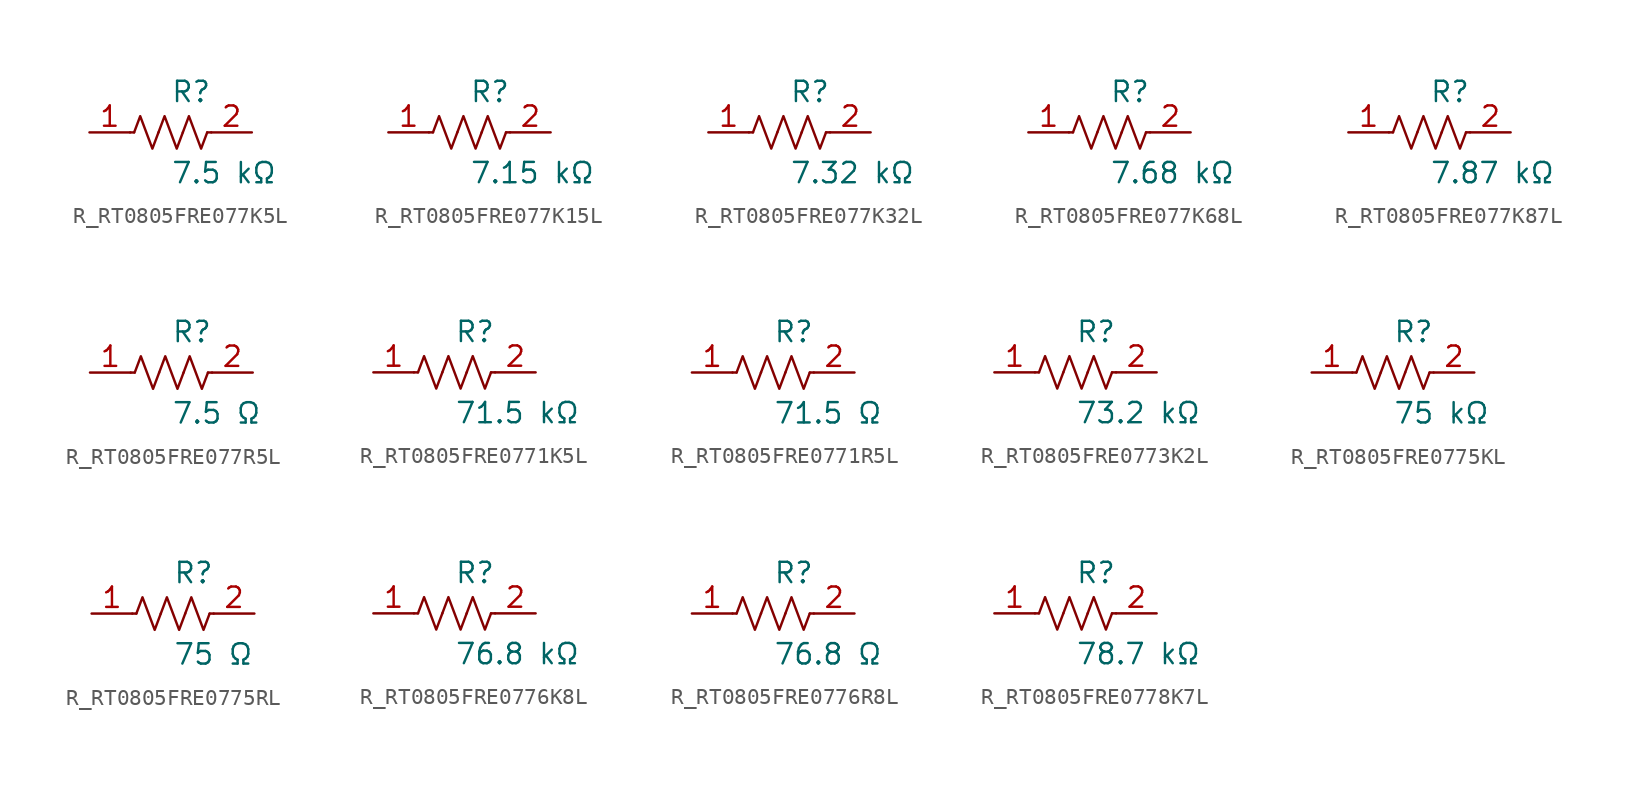
<source format=kicad_sym>
(kicad_symbol_lib
  (version 20231120)
  (generator kicad_symbol_editor)
  (generator_version 8.0)
  (symbol "R_RT0805FRE077K5L"
    (pin_names
      (offset 0.254))
    (property "Reference" "R"
      (at 0 2.54 0)
      (effects (font (size 1.27 1.27)) (justify left)))
    (property "Value" "7.5 kΩ"
      (at 0 -2.54 0)
      (effects (font (size 1.27 1.27)) (justify left)))
    (symbol "R_RT0805FRE077K5L_0_1"
      (polyline (pts (xy 2.286 0) (xy 2.54 0)) (stroke (width 0) (type default)) (fill (type none)))
      (polyline (pts (xy -2.286 0) (xy -2.54 0)) (stroke (width 0) (type default)) (fill (type none)))
      (polyline (pts (xy 0.762 0) (xy 1.143 1.016) (xy 1.524 0) (xy 1.905 -1.016) (xy 2.286 0)) (stroke (width 0) (type default)) (fill (type none)))
      (polyline (pts (xy -0.762 0) (xy -0.381 1.016) (xy 0 0) (xy 0.381 -1.016) (xy 0.762 0)) (stroke (width 0) (type default)) (fill (type none)))
      (polyline (pts (xy -2.286 0) (xy -1.905 1.016) (xy -1.524 0) (xy -1.143 -1.016) (xy -0.762 0)) (stroke (width 0) (type default)) (fill (type none))))
    (pin passive line
      (at -5.08 0 0)
      (length 2.54)
      (name "" (effects (font (size 1.27 1.27))))
      (number "1" (effects (font (size 1.27 1.27)))))
    (pin passive line
      (at 5.08 0 180)
      (length 2.54)
      (name "" (effects (font (size 1.27 1.27))))
      (number "2" (effects (font (size 1.27 1.27))))))
  (symbol "R_RT0805FRE077K15L"
    (pin_names
      (offset 0.254))
    (property "Reference" "R"
      (at 0 2.54 0)
      (effects (font (size 1.27 1.27)) (justify left)))
    (property "Value" "7.15 kΩ"
      (at 0 -2.54 0)
      (effects (font (size 1.27 1.27)) (justify left)))
    (symbol "R_RT0805FRE077K15L_0_1"
      (polyline (pts (xy 2.286 0) (xy 2.54 0)) (stroke (width 0) (type default)) (fill (type none)))
      (polyline (pts (xy -2.286 0) (xy -2.54 0)) (stroke (width 0) (type default)) (fill (type none)))
      (polyline (pts (xy 0.762 0) (xy 1.143 1.016) (xy 1.524 0) (xy 1.905 -1.016) (xy 2.286 0)) (stroke (width 0) (type default)) (fill (type none)))
      (polyline (pts (xy -0.762 0) (xy -0.381 1.016) (xy 0 0) (xy 0.381 -1.016) (xy 0.762 0)) (stroke (width 0) (type default)) (fill (type none)))
      (polyline (pts (xy -2.286 0) (xy -1.905 1.016) (xy -1.524 0) (xy -1.143 -1.016) (xy -0.762 0)) (stroke (width 0) (type default)) (fill (type none))))
    (pin passive line
      (at -5.08 0 0)
      (length 2.54)
      (name "" (effects (font (size 1.27 1.27))))
      (number "1" (effects (font (size 1.27 1.27)))))
    (pin passive line
      (at 5.08 0 180)
      (length 2.54)
      (name "" (effects (font (size 1.27 1.27))))
      (number "2" (effects (font (size 1.27 1.27))))))
  (symbol "R_RT0805FRE077K32L"
    (pin_names
      (offset 0.254))
    (property "Reference" "R"
      (at 0 2.54 0)
      (effects (font (size 1.27 1.27)) (justify left)))
    (property "Value" "7.32 kΩ"
      (at 0 -2.54 0)
      (effects (font (size 1.27 1.27)) (justify left)))
    (symbol "R_RT0805FRE077K32L_0_1"
      (polyline (pts (xy 2.286 0) (xy 2.54 0)) (stroke (width 0) (type default)) (fill (type none)))
      (polyline (pts (xy -2.286 0) (xy -2.54 0)) (stroke (width 0) (type default)) (fill (type none)))
      (polyline (pts (xy 0.762 0) (xy 1.143 1.016) (xy 1.524 0) (xy 1.905 -1.016) (xy 2.286 0)) (stroke (width 0) (type default)) (fill (type none)))
      (polyline (pts (xy -0.762 0) (xy -0.381 1.016) (xy 0 0) (xy 0.381 -1.016) (xy 0.762 0)) (stroke (width 0) (type default)) (fill (type none)))
      (polyline (pts (xy -2.286 0) (xy -1.905 1.016) (xy -1.524 0) (xy -1.143 -1.016) (xy -0.762 0)) (stroke (width 0) (type default)) (fill (type none))))
    (pin passive line
      (at -5.08 0 0)
      (length 2.54)
      (name "" (effects (font (size 1.27 1.27))))
      (number "1" (effects (font (size 1.27 1.27)))))
    (pin passive line
      (at 5.08 0 180)
      (length 2.54)
      (name "" (effects (font (size 1.27 1.27))))
      (number "2" (effects (font (size 1.27 1.27))))))
  (symbol "R_RT0805FRE077K68L"
    (pin_names
      (offset 0.254))
    (property "Reference" "R"
      (at 0 2.54 0)
      (effects (font (size 1.27 1.27)) (justify left)))
    (property "Value" "7.68 kΩ"
      (at 0 -2.54 0)
      (effects (font (size 1.27 1.27)) (justify left)))
    (symbol "R_RT0805FRE077K68L_0_1"
      (polyline (pts (xy 2.286 0) (xy 2.54 0)) (stroke (width 0) (type default)) (fill (type none)))
      (polyline (pts (xy -2.286 0) (xy -2.54 0)) (stroke (width 0) (type default)) (fill (type none)))
      (polyline (pts (xy 0.762 0) (xy 1.143 1.016) (xy 1.524 0) (xy 1.905 -1.016) (xy 2.286 0)) (stroke (width 0) (type default)) (fill (type none)))
      (polyline (pts (xy -0.762 0) (xy -0.381 1.016) (xy 0 0) (xy 0.381 -1.016) (xy 0.762 0)) (stroke (width 0) (type default)) (fill (type none)))
      (polyline (pts (xy -2.286 0) (xy -1.905 1.016) (xy -1.524 0) (xy -1.143 -1.016) (xy -0.762 0)) (stroke (width 0) (type default)) (fill (type none))))
    (pin passive line
      (at -5.08 0 0)
      (length 2.54)
      (name "" (effects (font (size 1.27 1.27))))
      (number "1" (effects (font (size 1.27 1.27)))))
    (pin passive line
      (at 5.08 0 180)
      (length 2.54)
      (name "" (effects (font (size 1.27 1.27))))
      (number "2" (effects (font (size 1.27 1.27))))))
  (symbol "R_RT0805FRE077K87L"
    (pin_names
      (offset 0.254))
    (property "Reference" "R"
      (at 0 2.54 0)
      (effects (font (size 1.27 1.27)) (justify left)))
    (property "Value" "7.87 kΩ"
      (at 0 -2.54 0)
      (effects (font (size 1.27 1.27)) (justify left)))
    (symbol "R_RT0805FRE077K87L_0_1"
      (polyline (pts (xy 2.286 0) (xy 2.54 0)) (stroke (width 0) (type default)) (fill (type none)))
      (polyline (pts (xy -2.286 0) (xy -2.54 0)) (stroke (width 0) (type default)) (fill (type none)))
      (polyline (pts (xy 0.762 0) (xy 1.143 1.016) (xy 1.524 0) (xy 1.905 -1.016) (xy 2.286 0)) (stroke (width 0) (type default)) (fill (type none)))
      (polyline (pts (xy -0.762 0) (xy -0.381 1.016) (xy 0 0) (xy 0.381 -1.016) (xy 0.762 0)) (stroke (width 0) (type default)) (fill (type none)))
      (polyline (pts (xy -2.286 0) (xy -1.905 1.016) (xy -1.524 0) (xy -1.143 -1.016) (xy -0.762 0)) (stroke (width 0) (type default)) (fill (type none))))
    (pin passive line
      (at -5.08 0 0)
      (length 2.54)
      (name "" (effects (font (size 1.27 1.27))))
      (number "1" (effects (font (size 1.27 1.27)))))
    (pin passive line
      (at 5.08 0 180)
      (length 2.54)
      (name "" (effects (font (size 1.27 1.27))))
      (number "2" (effects (font (size 1.27 1.27))))))
  (symbol "R_RT0805FRE077R5L"
    (pin_names
      (offset 0.254))
    (property "Reference" "R"
      (at 0 2.54 0)
      (effects (font (size 1.27 1.27)) (justify left)))
    (property "Value" "7.5 Ω"
      (at 0 -2.54 0)
      (effects (font (size 1.27 1.27)) (justify left)))
    (symbol "R_RT0805FRE077R5L_0_1"
      (polyline (pts (xy 2.286 0) (xy 2.54 0)) (stroke (width 0) (type default)) (fill (type none)))
      (polyline (pts (xy -2.286 0) (xy -2.54 0)) (stroke (width 0) (type default)) (fill (type none)))
      (polyline (pts (xy 0.762 0) (xy 1.143 1.016) (xy 1.524 0) (xy 1.905 -1.016) (xy 2.286 0)) (stroke (width 0) (type default)) (fill (type none)))
      (polyline (pts (xy -0.762 0) (xy -0.381 1.016) (xy 0 0) (xy 0.381 -1.016) (xy 0.762 0)) (stroke (width 0) (type default)) (fill (type none)))
      (polyline (pts (xy -2.286 0) (xy -1.905 1.016) (xy -1.524 0) (xy -1.143 -1.016) (xy -0.762 0)) (stroke (width 0) (type default)) (fill (type none))))
    (pin passive line
      (at -5.08 0 0)
      (length 2.54)
      (name "" (effects (font (size 1.27 1.27))))
      (number "1" (effects (font (size 1.27 1.27)))))
    (pin passive line
      (at 5.08 0 180)
      (length 2.54)
      (name "" (effects (font (size 1.27 1.27))))
      (number "2" (effects (font (size 1.27 1.27))))))
  (symbol "R_RT0805FRE0771K5L"
    (pin_names
      (offset 0.254))
    (property "Reference" "R"
      (at 0 2.54 0)
      (effects (font (size 1.27 1.27)) (justify left)))
    (property "Value" "71.5 kΩ"
      (at 0 -2.54 0)
      (effects (font (size 1.27 1.27)) (justify left)))
    (symbol "R_RT0805FRE0771K5L_0_1"
      (polyline (pts (xy 2.286 0) (xy 2.54 0)) (stroke (width 0) (type default)) (fill (type none)))
      (polyline (pts (xy -2.286 0) (xy -2.54 0)) (stroke (width 0) (type default)) (fill (type none)))
      (polyline (pts (xy 0.762 0) (xy 1.143 1.016) (xy 1.524 0) (xy 1.905 -1.016) (xy 2.286 0)) (stroke (width 0) (type default)) (fill (type none)))
      (polyline (pts (xy -0.762 0) (xy -0.381 1.016) (xy 0 0) (xy 0.381 -1.016) (xy 0.762 0)) (stroke (width 0) (type default)) (fill (type none)))
      (polyline (pts (xy -2.286 0) (xy -1.905 1.016) (xy -1.524 0) (xy -1.143 -1.016) (xy -0.762 0)) (stroke (width 0) (type default)) (fill (type none))))
    (pin passive line
      (at -5.08 0 0)
      (length 2.54)
      (name "" (effects (font (size 1.27 1.27))))
      (number "1" (effects (font (size 1.27 1.27)))))
    (pin passive line
      (at 5.08 0 180)
      (length 2.54)
      (name "" (effects (font (size 1.27 1.27))))
      (number "2" (effects (font (size 1.27 1.27))))))
  (symbol "R_RT0805FRE0771R5L"
    (pin_names
      (offset 0.254))
    (property "Reference" "R"
      (at 0 2.54 0)
      (effects (font (size 1.27 1.27)) (justify left)))
    (property "Value" "71.5 Ω"
      (at 0 -2.54 0)
      (effects (font (size 1.27 1.27)) (justify left)))
    (symbol "R_RT0805FRE0771R5L_0_1"
      (polyline (pts (xy 2.286 0) (xy 2.54 0)) (stroke (width 0) (type default)) (fill (type none)))
      (polyline (pts (xy -2.286 0) (xy -2.54 0)) (stroke (width 0) (type default)) (fill (type none)))
      (polyline (pts (xy 0.762 0) (xy 1.143 1.016) (xy 1.524 0) (xy 1.905 -1.016) (xy 2.286 0)) (stroke (width 0) (type default)) (fill (type none)))
      (polyline (pts (xy -0.762 0) (xy -0.381 1.016) (xy 0 0) (xy 0.381 -1.016) (xy 0.762 0)) (stroke (width 0) (type default)) (fill (type none)))
      (polyline (pts (xy -2.286 0) (xy -1.905 1.016) (xy -1.524 0) (xy -1.143 -1.016) (xy -0.762 0)) (stroke (width 0) (type default)) (fill (type none))))
    (pin passive line
      (at -5.08 0 0)
      (length 2.54)
      (name "" (effects (font (size 1.27 1.27))))
      (number "1" (effects (font (size 1.27 1.27)))))
    (pin passive line
      (at 5.08 0 180)
      (length 2.54)
      (name "" (effects (font (size 1.27 1.27))))
      (number "2" (effects (font (size 1.27 1.27))))))
  (symbol "R_RT0805FRE0773K2L"
    (pin_names
      (offset 0.254))
    (property "Reference" "R"
      (at 0 2.54 0)
      (effects (font (size 1.27 1.27)) (justify left)))
    (property "Value" "73.2 kΩ"
      (at 0 -2.54 0)
      (effects (font (size 1.27 1.27)) (justify left)))
    (symbol "R_RT0805FRE0773K2L_0_1"
      (polyline (pts (xy 2.286 0) (xy 2.54 0)) (stroke (width 0) (type default)) (fill (type none)))
      (polyline (pts (xy -2.286 0) (xy -2.54 0)) (stroke (width 0) (type default)) (fill (type none)))
      (polyline (pts (xy 0.762 0) (xy 1.143 1.016) (xy 1.524 0) (xy 1.905 -1.016) (xy 2.286 0)) (stroke (width 0) (type default)) (fill (type none)))
      (polyline (pts (xy -0.762 0) (xy -0.381 1.016) (xy 0 0) (xy 0.381 -1.016) (xy 0.762 0)) (stroke (width 0) (type default)) (fill (type none)))
      (polyline (pts (xy -2.286 0) (xy -1.905 1.016) (xy -1.524 0) (xy -1.143 -1.016) (xy -0.762 0)) (stroke (width 0) (type default)) (fill (type none))))
    (pin passive line
      (at -5.08 0 0)
      (length 2.54)
      (name "" (effects (font (size 1.27 1.27))))
      (number "1" (effects (font (size 1.27 1.27)))))
    (pin passive line
      (at 5.08 0 180)
      (length 2.54)
      (name "" (effects (font (size 1.27 1.27))))
      (number "2" (effects (font (size 1.27 1.27))))))
  (symbol "R_RT0805FRE0775KL"
    (pin_names
      (offset 0.254))
    (property "Reference" "R"
      (at 0 2.54 0)
      (effects (font (size 1.27 1.27)) (justify left)))
    (property "Value" "75 kΩ"
      (at 0 -2.54 0)
      (effects (font (size 1.27 1.27)) (justify left)))
    (symbol "R_RT0805FRE0775KL_0_1"
      (polyline (pts (xy 2.286 0) (xy 2.54 0)) (stroke (width 0) (type default)) (fill (type none)))
      (polyline (pts (xy -2.286 0) (xy -2.54 0)) (stroke (width 0) (type default)) (fill (type none)))
      (polyline (pts (xy 0.762 0) (xy 1.143 1.016) (xy 1.524 0) (xy 1.905 -1.016) (xy 2.286 0)) (stroke (width 0) (type default)) (fill (type none)))
      (polyline (pts (xy -0.762 0) (xy -0.381 1.016) (xy 0 0) (xy 0.381 -1.016) (xy 0.762 0)) (stroke (width 0) (type default)) (fill (type none)))
      (polyline (pts (xy -2.286 0) (xy -1.905 1.016) (xy -1.524 0) (xy -1.143 -1.016) (xy -0.762 0)) (stroke (width 0) (type default)) (fill (type none))))
    (pin passive line
      (at -5.08 0 0)
      (length 2.54)
      (name "" (effects (font (size 1.27 1.27))))
      (number "1" (effects (font (size 1.27 1.27)))))
    (pin passive line
      (at 5.08 0 180)
      (length 2.54)
      (name "" (effects (font (size 1.27 1.27))))
      (number "2" (effects (font (size 1.27 1.27))))))
  (symbol "R_RT0805FRE0775RL"
    (pin_names
      (offset 0.254))
    (property "Reference" "R"
      (at 0 2.54 0)
      (effects (font (size 1.27 1.27)) (justify left)))
    (property "Value" "75 Ω"
      (at 0 -2.54 0)
      (effects (font (size 1.27 1.27)) (justify left)))
    (symbol "R_RT0805FRE0775RL_0_1"
      (polyline (pts (xy 2.286 0) (xy 2.54 0)) (stroke (width 0) (type default)) (fill (type none)))
      (polyline (pts (xy -2.286 0) (xy -2.54 0)) (stroke (width 0) (type default)) (fill (type none)))
      (polyline (pts (xy 0.762 0) (xy 1.143 1.016) (xy 1.524 0) (xy 1.905 -1.016) (xy 2.286 0)) (stroke (width 0) (type default)) (fill (type none)))
      (polyline (pts (xy -0.762 0) (xy -0.381 1.016) (xy 0 0) (xy 0.381 -1.016) (xy 0.762 0)) (stroke (width 0) (type default)) (fill (type none)))
      (polyline (pts (xy -2.286 0) (xy -1.905 1.016) (xy -1.524 0) (xy -1.143 -1.016) (xy -0.762 0)) (stroke (width 0) (type default)) (fill (type none))))
    (pin passive line
      (at -5.08 0 0)
      (length 2.54)
      (name "" (effects (font (size 1.27 1.27))))
      (number "1" (effects (font (size 1.27 1.27)))))
    (pin passive line
      (at 5.08 0 180)
      (length 2.54)
      (name "" (effects (font (size 1.27 1.27))))
      (number "2" (effects (font (size 1.27 1.27))))))
  (symbol "R_RT0805FRE0776K8L"
    (pin_names
      (offset 0.254))
    (property "Reference" "R"
      (at 0 2.54 0)
      (effects (font (size 1.27 1.27)) (justify left)))
    (property "Value" "76.8 kΩ"
      (at 0 -2.54 0)
      (effects (font (size 1.27 1.27)) (justify left)))
    (symbol "R_RT0805FRE0776K8L_0_1"
      (polyline (pts (xy 2.286 0) (xy 2.54 0)) (stroke (width 0) (type default)) (fill (type none)))
      (polyline (pts (xy -2.286 0) (xy -2.54 0)) (stroke (width 0) (type default)) (fill (type none)))
      (polyline (pts (xy 0.762 0) (xy 1.143 1.016) (xy 1.524 0) (xy 1.905 -1.016) (xy 2.286 0)) (stroke (width 0) (type default)) (fill (type none)))
      (polyline (pts (xy -0.762 0) (xy -0.381 1.016) (xy 0 0) (xy 0.381 -1.016) (xy 0.762 0)) (stroke (width 0) (type default)) (fill (type none)))
      (polyline (pts (xy -2.286 0) (xy -1.905 1.016) (xy -1.524 0) (xy -1.143 -1.016) (xy -0.762 0)) (stroke (width 0) (type default)) (fill (type none))))
    (pin passive line
      (at -5.08 0 0)
      (length 2.54)
      (name "" (effects (font (size 1.27 1.27))))
      (number "1" (effects (font (size 1.27 1.27)))))
    (pin passive line
      (at 5.08 0 180)
      (length 2.54)
      (name "" (effects (font (size 1.27 1.27))))
      (number "2" (effects (font (size 1.27 1.27))))))
  (symbol "R_RT0805FRE0776R8L"
    (pin_names
      (offset 0.254))
    (property "Reference" "R"
      (at 0 2.54 0)
      (effects (font (size 1.27 1.27)) (justify left)))
    (property "Value" "76.8 Ω"
      (at 0 -2.54 0)
      (effects (font (size 1.27 1.27)) (justify left)))
    (symbol "R_RT0805FRE0776R8L_0_1"
      (polyline (pts (xy 2.286 0) (xy 2.54 0)) (stroke (width 0) (type default)) (fill (type none)))
      (polyline (pts (xy -2.286 0) (xy -2.54 0)) (stroke (width 0) (type default)) (fill (type none)))
      (polyline (pts (xy 0.762 0) (xy 1.143 1.016) (xy 1.524 0) (xy 1.905 -1.016) (xy 2.286 0)) (stroke (width 0) (type default)) (fill (type none)))
      (polyline (pts (xy -0.762 0) (xy -0.381 1.016) (xy 0 0) (xy 0.381 -1.016) (xy 0.762 0)) (stroke (width 0) (type default)) (fill (type none)))
      (polyline (pts (xy -2.286 0) (xy -1.905 1.016) (xy -1.524 0) (xy -1.143 -1.016) (xy -0.762 0)) (stroke (width 0) (type default)) (fill (type none))))
    (pin passive line
      (at -5.08 0 0)
      (length 2.54)
      (name "" (effects (font (size 1.27 1.27))))
      (number "1" (effects (font (size 1.27 1.27)))))
    (pin passive line
      (at 5.08 0 180)
      (length 2.54)
      (name "" (effects (font (size 1.27 1.27))))
      (number "2" (effects (font (size 1.27 1.27))))))
  (symbol "R_RT0805FRE0778K7L"
    (pin_names
      (offset 0.254))
    (property "Reference" "R"
      (at 0 2.54 0)
      (effects (font (size 1.27 1.27)) (justify left)))
    (property "Value" "78.7 kΩ"
      (at 0 -2.54 0)
      (effects (font (size 1.27 1.27)) (justify left)))
    (symbol "R_RT0805FRE0778K7L_0_1"
      (polyline (pts (xy 2.286 0) (xy 2.54 0)) (stroke (width 0) (type default)) (fill (type none)))
      (polyline (pts (xy -2.286 0) (xy -2.54 0)) (stroke (width 0) (type default)) (fill (type none)))
      (polyline (pts (xy 0.762 0) (xy 1.143 1.016) (xy 1.524 0) (xy 1.905 -1.016) (xy 2.286 0)) (stroke (width 0) (type default)) (fill (type none)))
      (polyline (pts (xy -0.762 0) (xy -0.381 1.016) (xy 0 0) (xy 0.381 -1.016) (xy 0.762 0)) (stroke (width 0) (type default)) (fill (type none)))
      (polyline (pts (xy -2.286 0) (xy -1.905 1.016) (xy -1.524 0) (xy -1.143 -1.016) (xy -0.762 0)) (stroke (width 0) (type default)) (fill (type none))))
    (pin passive line
      (at -5.08 0 0)
      (length 2.54)
      (name "" (effects (font (size 1.27 1.27))))
      (number "1" (effects (font (size 1.27 1.27)))))
    (pin passive line
      (at 5.08 0 180)
      (length 2.54)
      (name "" (effects (font (size 1.27 1.27))))
      (number "2" (effects (font (size 1.27 1.27)))))))
</source>
